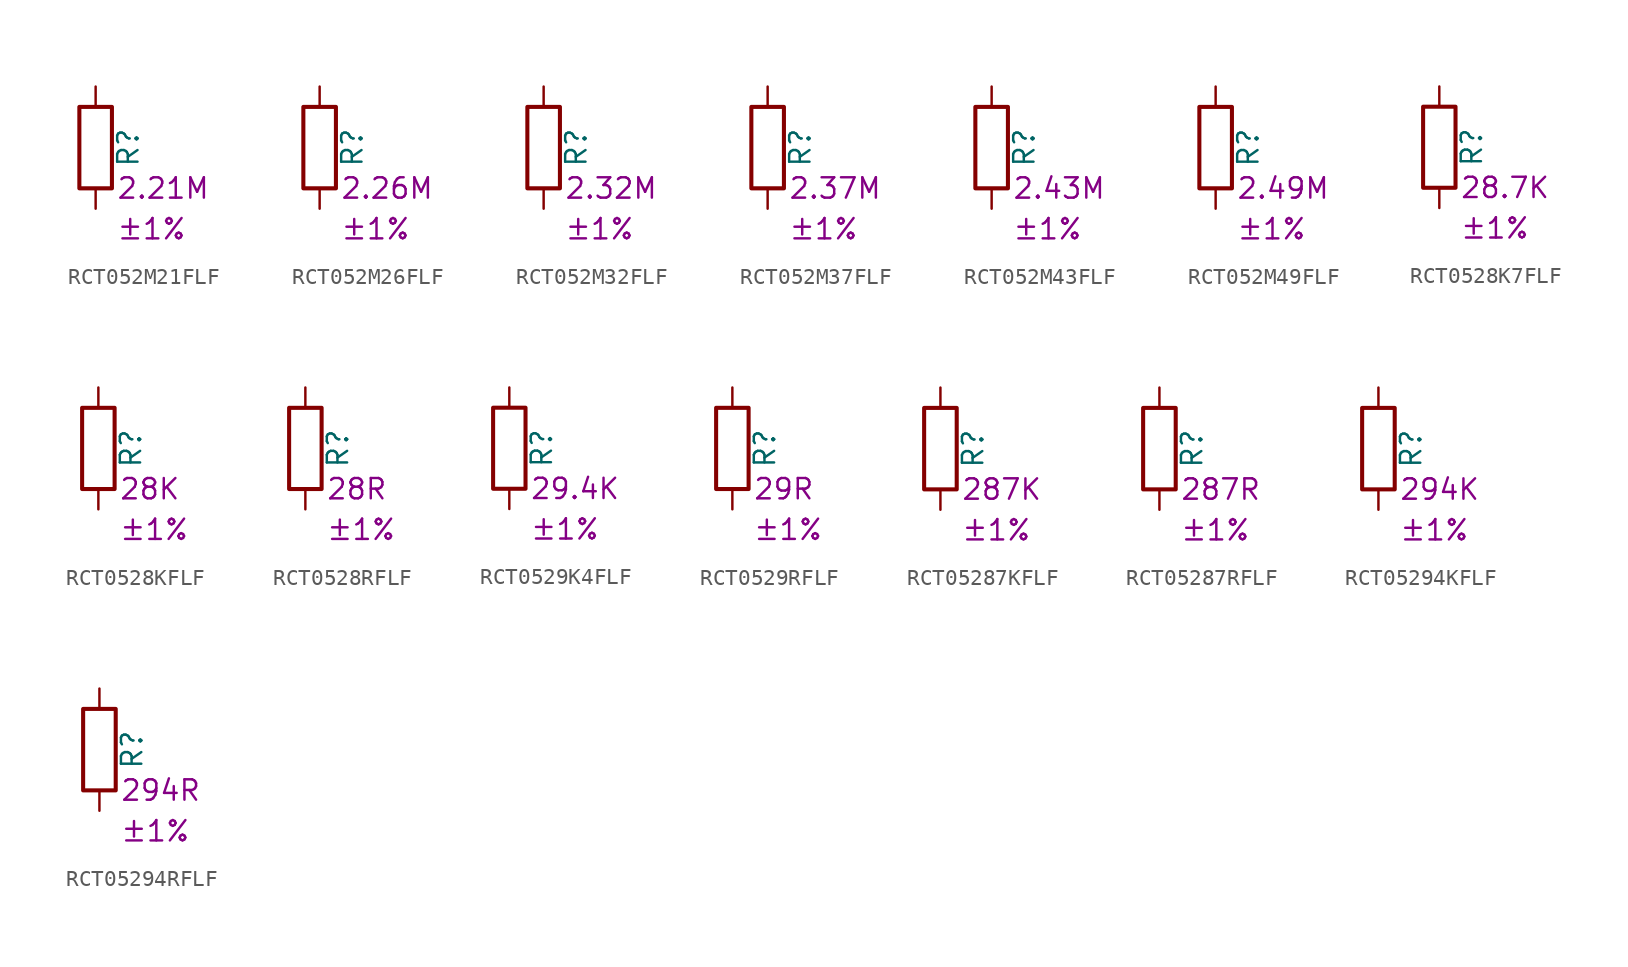
<source format=kicad_sym>
(kicad_symbol_lib
  (version 20220914)
  (generator kicad_symbol_editor)
  (symbol "RCT052M21FLF"
    (pin_numbers hide)
    (pin_names
      (offset 0))
    (property "Reference" "R"
      (at 2.032 0 90)
      (effects (font (size 1.27 1.27))))
    (property "Resistance" "2.21M"
      (at 1.27 -2.54 0)
      (effects (font (size 1.27 1.27)) (justify left)))
    (property "Tolerance" "±1%"
      (at 1.27 -5.08 0)
      (effects (font (size 1.27 1.27)) (justify left)))
    (symbol "RCT052M21FLF_0_1"
      (rectangle (start -1.016 -2.54) (end 1.016 2.54) (stroke (width 0.254) (type default)) (fill (type none))))
    (symbol "RCT052M21FLF_1_1"
      (pin passive line (at 0 3.81 270) (length 1.27) (name "~" (effects (font (size 1.27 1.27)))) (number "1" (effects (font (size 1.27 1.27)))))
      (pin passive line (at 0 -3.81 90) (length 1.27) (name "~" (effects (font (size 1.27 1.27)))) (number "2" (effects (font (size 1.27 1.27)))))))
  (symbol "RCT052M26FLF"
    (pin_numbers hide)
    (pin_names
      (offset 0))
    (property "Reference" "R"
      (at 2.032 0 90)
      (effects (font (size 1.27 1.27))))
    (property "Resistance" "2.26M"
      (at 1.27 -2.54 0)
      (effects (font (size 1.27 1.27)) (justify left)))
    (property "Tolerance" "±1%"
      (at 1.27 -5.08 0)
      (effects (font (size 1.27 1.27)) (justify left)))
    (symbol "RCT052M26FLF_0_1"
      (rectangle (start -1.016 -2.54) (end 1.016 2.54) (stroke (width 0.254) (type default)) (fill (type none))))
    (symbol "RCT052M26FLF_1_1"
      (pin passive line (at 0 3.81 270) (length 1.27) (name "~" (effects (font (size 1.27 1.27)))) (number "1" (effects (font (size 1.27 1.27)))))
      (pin passive line (at 0 -3.81 90) (length 1.27) (name "~" (effects (font (size 1.27 1.27)))) (number "2" (effects (font (size 1.27 1.27)))))))
  (symbol "RCT052M32FLF"
    (pin_numbers hide)
    (pin_names
      (offset 0))
    (property "Reference" "R"
      (at 2.032 0 90)
      (effects (font (size 1.27 1.27))))
    (property "Resistance" "2.32M"
      (at 1.27 -2.54 0)
      (effects (font (size 1.27 1.27)) (justify left)))
    (property "Tolerance" "±1%"
      (at 1.27 -5.08 0)
      (effects (font (size 1.27 1.27)) (justify left)))
    (symbol "RCT052M32FLF_0_1"
      (rectangle (start -1.016 -2.54) (end 1.016 2.54) (stroke (width 0.254) (type default)) (fill (type none))))
    (symbol "RCT052M32FLF_1_1"
      (pin passive line (at 0 3.81 270) (length 1.27) (name "~" (effects (font (size 1.27 1.27)))) (number "1" (effects (font (size 1.27 1.27)))))
      (pin passive line (at 0 -3.81 90) (length 1.27) (name "~" (effects (font (size 1.27 1.27)))) (number "2" (effects (font (size 1.27 1.27)))))))
  (symbol "RCT052M37FLF"
    (pin_numbers hide)
    (pin_names
      (offset 0))
    (property "Reference" "R"
      (at 2.032 0 90)
      (effects (font (size 1.27 1.27))))
    (property "Resistance" "2.37M"
      (at 1.27 -2.54 0)
      (effects (font (size 1.27 1.27)) (justify left)))
    (property "Tolerance" "±1%"
      (at 1.27 -5.08 0)
      (effects (font (size 1.27 1.27)) (justify left)))
    (symbol "RCT052M37FLF_0_1"
      (rectangle (start -1.016 -2.54) (end 1.016 2.54) (stroke (width 0.254) (type default)) (fill (type none))))
    (symbol "RCT052M37FLF_1_1"
      (pin passive line (at 0 3.81 270) (length 1.27) (name "~" (effects (font (size 1.27 1.27)))) (number "1" (effects (font (size 1.27 1.27)))))
      (pin passive line (at 0 -3.81 90) (length 1.27) (name "~" (effects (font (size 1.27 1.27)))) (number "2" (effects (font (size 1.27 1.27)))))))
  (symbol "RCT052M43FLF"
    (pin_numbers hide)
    (pin_names
      (offset 0))
    (property "Reference" "R"
      (at 2.032 0 90)
      (effects (font (size 1.27 1.27))))
    (property "Resistance" "2.43M"
      (at 1.27 -2.54 0)
      (effects (font (size 1.27 1.27)) (justify left)))
    (property "Tolerance" "±1%"
      (at 1.27 -5.08 0)
      (effects (font (size 1.27 1.27)) (justify left)))
    (symbol "RCT052M43FLF_0_1"
      (rectangle (start -1.016 -2.54) (end 1.016 2.54) (stroke (width 0.254) (type default)) (fill (type none))))
    (symbol "RCT052M43FLF_1_1"
      (pin passive line (at 0 3.81 270) (length 1.27) (name "~" (effects (font (size 1.27 1.27)))) (number "1" (effects (font (size 1.27 1.27)))))
      (pin passive line (at 0 -3.81 90) (length 1.27) (name "~" (effects (font (size 1.27 1.27)))) (number "2" (effects (font (size 1.27 1.27)))))))
  (symbol "RCT052M49FLF"
    (pin_numbers hide)
    (pin_names
      (offset 0))
    (property "Reference" "R"
      (at 2.032 0 90)
      (effects (font (size 1.27 1.27))))
    (property "Resistance" "2.49M"
      (at 1.27 -2.54 0)
      (effects (font (size 1.27 1.27)) (justify left)))
    (property "Tolerance" "±1%"
      (at 1.27 -5.08 0)
      (effects (font (size 1.27 1.27)) (justify left)))
    (symbol "RCT052M49FLF_0_1"
      (rectangle (start -1.016 -2.54) (end 1.016 2.54) (stroke (width 0.254) (type default)) (fill (type none))))
    (symbol "RCT052M49FLF_1_1"
      (pin passive line (at 0 3.81 270) (length 1.27) (name "~" (effects (font (size 1.27 1.27)))) (number "1" (effects (font (size 1.27 1.27)))))
      (pin passive line (at 0 -3.81 90) (length 1.27) (name "~" (effects (font (size 1.27 1.27)))) (number "2" (effects (font (size 1.27 1.27)))))))
  (symbol "RCT0528K7FLF"
    (pin_numbers hide)
    (pin_names
      (offset 0))
    (property "Reference" "R"
      (at 2.032 0 90)
      (effects (font (size 1.27 1.27))))
    (property "Resistance" "28.7K"
      (at 1.27 -2.54 0)
      (effects (font (size 1.27 1.27)) (justify left)))
    (property "Tolerance" "±1%"
      (at 1.27 -5.08 0)
      (effects (font (size 1.27 1.27)) (justify left)))
    (symbol "RCT0528K7FLF_0_1"
      (rectangle (start -1.016 -2.54) (end 1.016 2.54) (stroke (width 0.254) (type default)) (fill (type none))))
    (symbol "RCT0528K7FLF_1_1"
      (pin passive line (at 0 3.81 270) (length 1.27) (name "~" (effects (font (size 1.27 1.27)))) (number "1" (effects (font (size 1.27 1.27)))))
      (pin passive line (at 0 -3.81 90) (length 1.27) (name "~" (effects (font (size 1.27 1.27)))) (number "2" (effects (font (size 1.27 1.27)))))))
  (symbol "RCT0528KFLF"
    (pin_numbers hide)
    (pin_names
      (offset 0))
    (property "Reference" "R"
      (at 2.032 0 90)
      (effects (font (size 1.27 1.27))))
    (property "Resistance" "28K"
      (at 1.27 -2.54 0)
      (effects (font (size 1.27 1.27)) (justify left)))
    (property "Tolerance" "±1%"
      (at 1.27 -5.08 0)
      (effects (font (size 1.27 1.27)) (justify left)))
    (symbol "RCT0528KFLF_0_1"
      (rectangle (start -1.016 -2.54) (end 1.016 2.54) (stroke (width 0.254) (type default)) (fill (type none))))
    (symbol "RCT0528KFLF_1_1"
      (pin passive line (at 0 3.81 270) (length 1.27) (name "~" (effects (font (size 1.27 1.27)))) (number "1" (effects (font (size 1.27 1.27)))))
      (pin passive line (at 0 -3.81 90) (length 1.27) (name "~" (effects (font (size 1.27 1.27)))) (number "2" (effects (font (size 1.27 1.27)))))))
  (symbol "RCT0528RFLF"
    (pin_numbers hide)
    (pin_names
      (offset 0))
    (property "Reference" "R"
      (at 2.032 0 90)
      (effects (font (size 1.27 1.27))))
    (property "Resistance" "28R"
      (at 1.27 -2.54 0)
      (effects (font (size 1.27 1.27)) (justify left)))
    (property "Tolerance" "±1%"
      (at 1.27 -5.08 0)
      (effects (font (size 1.27 1.27)) (justify left)))
    (symbol "RCT0528RFLF_0_1"
      (rectangle (start -1.016 -2.54) (end 1.016 2.54) (stroke (width 0.254) (type default)) (fill (type none))))
    (symbol "RCT0528RFLF_1_1"
      (pin passive line (at 0 3.81 270) (length 1.27) (name "~" (effects (font (size 1.27 1.27)))) (number "1" (effects (font (size 1.27 1.27)))))
      (pin passive line (at 0 -3.81 90) (length 1.27) (name "~" (effects (font (size 1.27 1.27)))) (number "2" (effects (font (size 1.27 1.27)))))))
  (symbol "RCT0529K4FLF"
    (pin_numbers hide)
    (pin_names
      (offset 0))
    (property "Reference" "R"
      (at 2.032 0 90)
      (effects (font (size 1.27 1.27))))
    (property "Resistance" "29.4K"
      (at 1.27 -2.54 0)
      (effects (font (size 1.27 1.27)) (justify left)))
    (property "Tolerance" "±1%"
      (at 1.27 -5.08 0)
      (effects (font (size 1.27 1.27)) (justify left)))
    (symbol "RCT0529K4FLF_0_1"
      (rectangle (start -1.016 -2.54) (end 1.016 2.54) (stroke (width 0.254) (type default)) (fill (type none))))
    (symbol "RCT0529K4FLF_1_1"
      (pin passive line (at 0 3.81 270) (length 1.27) (name "~" (effects (font (size 1.27 1.27)))) (number "1" (effects (font (size 1.27 1.27)))))
      (pin passive line (at 0 -3.81 90) (length 1.27) (name "~" (effects (font (size 1.27 1.27)))) (number "2" (effects (font (size 1.27 1.27)))))))
  (symbol "RCT0529RFLF"
    (pin_numbers hide)
    (pin_names
      (offset 0))
    (property "Reference" "R"
      (at 2.032 0 90)
      (effects (font (size 1.27 1.27))))
    (property "Resistance" "29R"
      (at 1.27 -2.54 0)
      (effects (font (size 1.27 1.27)) (justify left)))
    (property "Tolerance" "±1%"
      (at 1.27 -5.08 0)
      (effects (font (size 1.27 1.27)) (justify left)))
    (symbol "RCT0529RFLF_0_1"
      (rectangle (start -1.016 -2.54) (end 1.016 2.54) (stroke (width 0.254) (type default)) (fill (type none))))
    (symbol "RCT0529RFLF_1_1"
      (pin passive line (at 0 3.81 270) (length 1.27) (name "~" (effects (font (size 1.27 1.27)))) (number "1" (effects (font (size 1.27 1.27)))))
      (pin passive line (at 0 -3.81 90) (length 1.27) (name "~" (effects (font (size 1.27 1.27)))) (number "2" (effects (font (size 1.27 1.27)))))))
  (symbol "RCT05287KFLF"
    (pin_numbers hide)
    (pin_names
      (offset 0))
    (property "Reference" "R"
      (at 2.032 0 90)
      (effects (font (size 1.27 1.27))))
    (property "Resistance" "287K"
      (at 1.27 -2.54 0)
      (effects (font (size 1.27 1.27)) (justify left)))
    (property "Tolerance" "±1%"
      (at 1.27 -5.08 0)
      (effects (font (size 1.27 1.27)) (justify left)))
    (symbol "RCT05287KFLF_0_1"
      (rectangle (start -1.016 -2.54) (end 1.016 2.54) (stroke (width 0.254) (type default)) (fill (type none))))
    (symbol "RCT05287KFLF_1_1"
      (pin passive line (at 0 3.81 270) (length 1.27) (name "~" (effects (font (size 1.27 1.27)))) (number "1" (effects (font (size 1.27 1.27)))))
      (pin passive line (at 0 -3.81 90) (length 1.27) (name "~" (effects (font (size 1.27 1.27)))) (number "2" (effects (font (size 1.27 1.27)))))))
  (symbol "RCT05287RFLF"
    (pin_numbers hide)
    (pin_names
      (offset 0))
    (property "Reference" "R"
      (at 2.032 0 90)
      (effects (font (size 1.27 1.27))))
    (property "Resistance" "287R"
      (at 1.27 -2.54 0)
      (effects (font (size 1.27 1.27)) (justify left)))
    (property "Tolerance" "±1%"
      (at 1.27 -5.08 0)
      (effects (font (size 1.27 1.27)) (justify left)))
    (symbol "RCT05287RFLF_0_1"
      (rectangle (start -1.016 -2.54) (end 1.016 2.54) (stroke (width 0.254) (type default)) (fill (type none))))
    (symbol "RCT05287RFLF_1_1"
      (pin passive line (at 0 3.81 270) (length 1.27) (name "~" (effects (font (size 1.27 1.27)))) (number "1" (effects (font (size 1.27 1.27)))))
      (pin passive line (at 0 -3.81 90) (length 1.27) (name "~" (effects (font (size 1.27 1.27)))) (number "2" (effects (font (size 1.27 1.27)))))))
  (symbol "RCT05294KFLF"
    (pin_numbers hide)
    (pin_names
      (offset 0))
    (property "Reference" "R"
      (at 2.032 0 90)
      (effects (font (size 1.27 1.27))))
    (property "Resistance" "294K"
      (at 1.27 -2.54 0)
      (effects (font (size 1.27 1.27)) (justify left)))
    (property "Tolerance" "±1%"
      (at 1.27 -5.08 0)
      (effects (font (size 1.27 1.27)) (justify left)))
    (symbol "RCT05294KFLF_0_1"
      (rectangle (start -1.016 -2.54) (end 1.016 2.54) (stroke (width 0.254) (type default)) (fill (type none))))
    (symbol "RCT05294KFLF_1_1"
      (pin passive line (at 0 3.81 270) (length 1.27) (name "~" (effects (font (size 1.27 1.27)))) (number "1" (effects (font (size 1.27 1.27)))))
      (pin passive line (at 0 -3.81 90) (length 1.27) (name "~" (effects (font (size 1.27 1.27)))) (number "2" (effects (font (size 1.27 1.27)))))))
  (symbol "RCT05294RFLF"
    (pin_numbers hide)
    (pin_names
      (offset 0))
    (property "Reference" "R"
      (at 2.032 0 90)
      (effects (font (size 1.27 1.27))))
    (property "Resistance" "294R"
      (at 1.27 -2.54 0)
      (effects (font (size 1.27 1.27)) (justify left)))
    (property "Tolerance" "±1%"
      (at 1.27 -5.08 0)
      (effects (font (size 1.27 1.27)) (justify left)))
    (symbol "RCT05294RFLF_0_1"
      (rectangle (start -1.016 -2.54) (end 1.016 2.54) (stroke (width 0.254) (type default)) (fill (type none))))
    (symbol "RCT05294RFLF_1_1"
      (pin passive line (at 0 3.81 270) (length 1.27) (name "~" (effects (font (size 1.27 1.27)))) (number "1" (effects (font (size 1.27 1.27)))))
      (pin passive line (at 0 -3.81 90) (length 1.27) (name "~" (effects (font (size 1.27 1.27)))) (number "2" (effects (font (size 1.27 1.27))))))))
</source>
